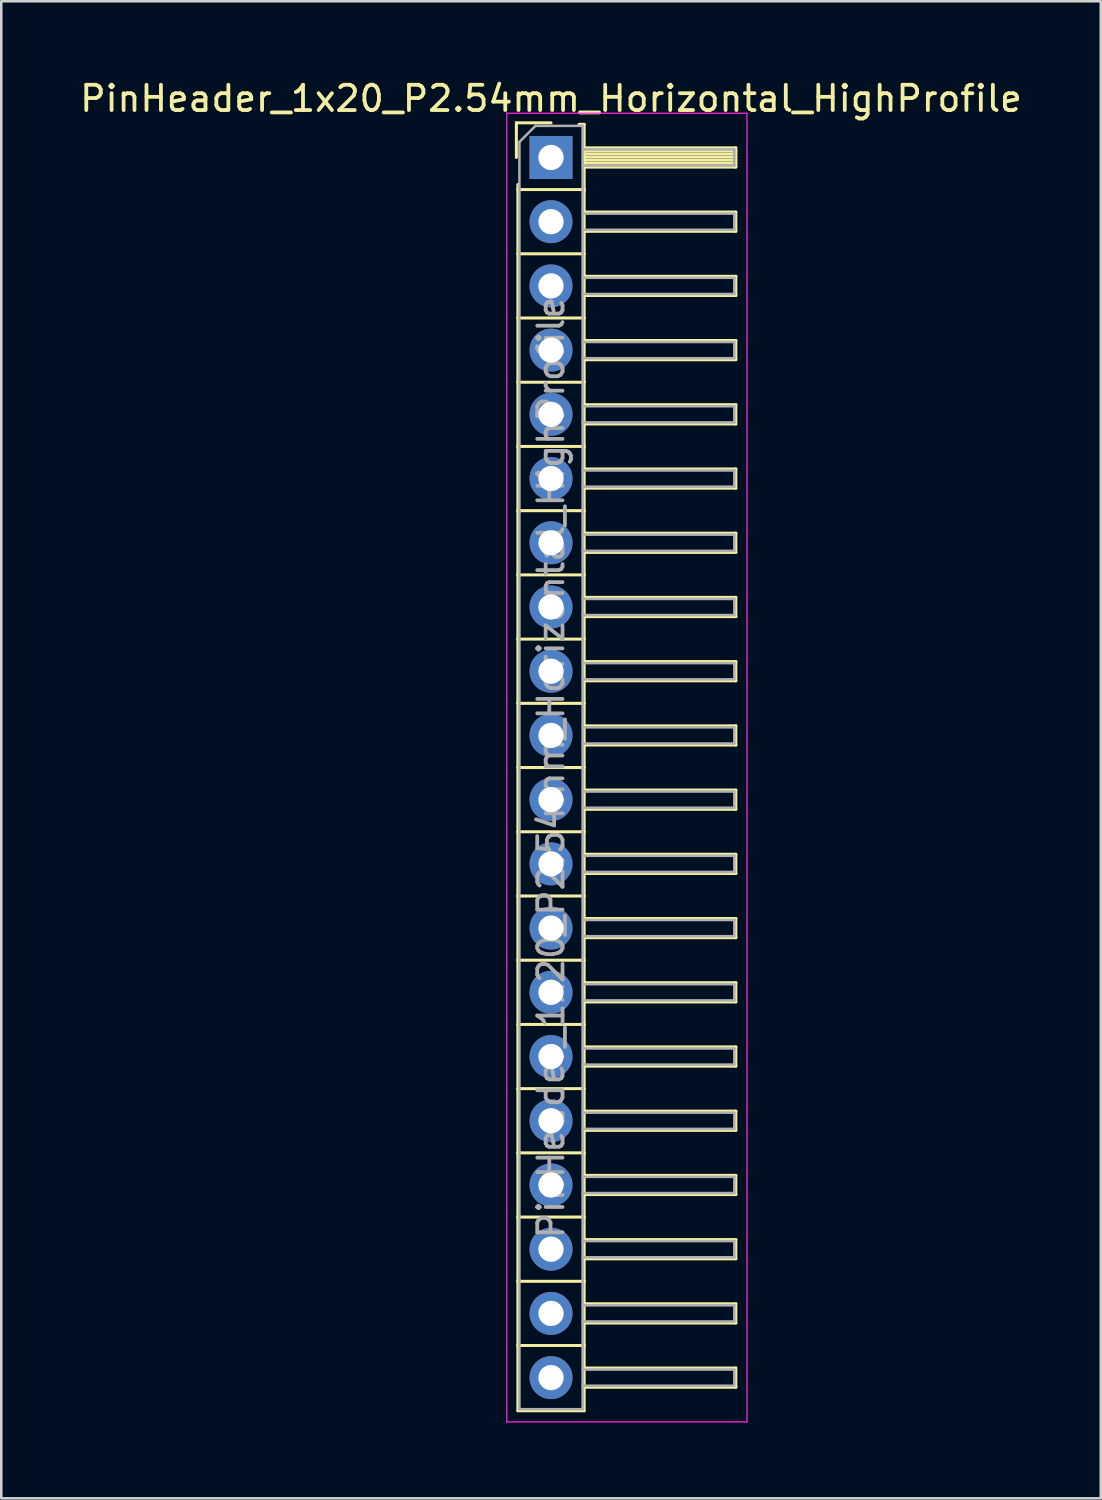
<source format=kicad_pcb>
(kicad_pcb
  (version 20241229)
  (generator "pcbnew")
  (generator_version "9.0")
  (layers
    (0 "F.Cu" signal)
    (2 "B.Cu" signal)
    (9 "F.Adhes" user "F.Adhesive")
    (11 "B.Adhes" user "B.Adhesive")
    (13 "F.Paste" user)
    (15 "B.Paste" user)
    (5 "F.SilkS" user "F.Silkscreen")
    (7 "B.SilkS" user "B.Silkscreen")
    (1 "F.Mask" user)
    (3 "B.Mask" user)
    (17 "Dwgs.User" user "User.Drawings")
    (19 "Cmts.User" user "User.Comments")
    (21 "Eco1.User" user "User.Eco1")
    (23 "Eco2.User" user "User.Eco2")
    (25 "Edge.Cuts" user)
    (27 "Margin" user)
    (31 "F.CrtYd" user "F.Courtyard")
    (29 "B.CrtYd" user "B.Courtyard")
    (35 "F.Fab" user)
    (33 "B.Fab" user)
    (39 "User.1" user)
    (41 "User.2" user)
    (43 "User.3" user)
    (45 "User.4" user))
  (footprint "PinHeader_1x20_P2.54mm_Horizontal_HighProfile"
    (layer "F.Cu")
    (at 18.744 3.178)
    (property "Reference" "PinHeader_1x20_P2.54mm_Horizontal_HighProfile" (at 0 -2.33 0) (layer "F.SilkS") (effects (font (size 1 1) (thickness 0.15))))
    (attr through_hole)
    (fp_line (start -1.37 -1.37) (end -1.37 0) (stroke (width 0.12) (type solid)) (layer "F.SilkS"))
    (fp_line (start -1.37 -1.37) (end 0 -1.37) (stroke (width 0.12) (type solid)) (layer "F.SilkS"))
    (fp_line (start -1.31 1.27) (end -1.31 1.07) (stroke (width 0.12) (type solid)) (layer "F.SilkS"))
    (fp_line (start -1.31 1.27) (end -1.31 3.81) (stroke (width 0.12) (type solid)) (layer "F.SilkS"))
    (fp_line (start -1.31 1.27) (end 1.31 1.27) (stroke (width 0.12) (type solid)) (layer "F.SilkS"))
    (fp_line (start -1.31 3.81) (end -1.31 6.35) (stroke (width 0.12) (type solid)) (layer "F.SilkS"))
    (fp_line (start -1.31 3.81) (end 1.31 3.81) (stroke (width 0.12) (type solid)) (layer "F.SilkS"))
    (fp_line (start -1.31 6.35) (end -1.31 8.89) (stroke (width 0.12) (type solid)) (layer "F.SilkS"))
    (fp_line (start -1.31 6.35) (end 1.31 6.35) (stroke (width 0.12) (type solid)) (layer "F.SilkS"))
    (fp_line (start -1.31 8.89) (end -1.31 11.43) (stroke (width 0.12) (type solid)) (layer "F.SilkS"))
    (fp_line (start -1.31 8.89) (end 1.31 8.89) (stroke (width 0.12) (type solid)) (layer "F.SilkS"))
    (fp_line (start -1.31 11.43) (end -1.31 13.97) (stroke (width 0.12) (type solid)) (layer "F.SilkS"))
    (fp_line (start -1.31 11.43) (end 1.31 11.43) (stroke (width 0.12) (type solid)) (layer "F.SilkS"))
    (fp_line (start -1.31 13.97) (end -1.31 16.51) (stroke (width 0.12) (type solid)) (layer "F.SilkS"))
    (fp_line (start -1.31 13.97) (end 1.31 13.97) (stroke (width 0.12) (type solid)) (layer "F.SilkS"))
    (fp_line (start -1.31 16.51) (end -1.31 19.05) (stroke (width 0.12) (type solid)) (layer "F.SilkS"))
    (fp_line (start -1.31 16.51) (end 1.31 16.51) (stroke (width 0.12) (type solid)) (layer "F.SilkS"))
    (fp_line (start -1.31 19.05) (end -1.31 21.59) (stroke (width 0.12) (type solid)) (layer "F.SilkS"))
    (fp_line (start -1.31 19.05) (end 1.31 19.05) (stroke (width 0.12) (type solid)) (layer "F.SilkS"))
    (fp_line (start -1.31 21.59) (end -1.31 24.13) (stroke (width 0.12) (type solid)) (layer "F.SilkS"))
    (fp_line (start -1.31 21.59) (end 1.31 21.59) (stroke (width 0.12) (type solid)) (layer "F.SilkS"))
    (fp_line (start -1.31 24.13) (end -1.31 26.67) (stroke (width 0.12) (type solid)) (layer "F.SilkS"))
    (fp_line (start -1.31 24.13) (end 1.31 24.13) (stroke (width 0.12) (type solid)) (layer "F.SilkS"))
    (fp_line (start -1.31 26.67) (end -1.31 29.21) (stroke (width 0.12) (type solid)) (layer "F.SilkS"))
    (fp_line (start -1.31 26.67) (end 1.31 26.67) (stroke (width 0.12) (type solid)) (layer "F.SilkS"))
    (fp_line (start -1.31 29.21) (end -1.31 31.75) (stroke (width 0.12) (type solid)) (layer "F.SilkS"))
    (fp_line (start -1.31 29.21) (end 1.31 29.21) (stroke (width 0.12) (type solid)) (layer "F.SilkS"))
    (fp_line (start -1.31 31.75) (end -1.31 34.29) (stroke (width 0.12) (type solid)) (layer "F.SilkS"))
    (fp_line (start -1.31 31.75) (end 1.31 31.75) (stroke (width 0.12) (type solid)) (layer "F.SilkS"))
    (fp_line (start -1.31 34.29) (end -1.31 36.83) (stroke (width 0.12) (type solid)) (layer "F.SilkS"))
    (fp_line (start -1.31 34.29) (end 1.31 34.29) (stroke (width 0.12) (type solid)) (layer "F.SilkS"))
    (fp_line (start -1.31 36.83) (end -1.31 39.37) (stroke (width 0.12) (type solid)) (layer "F.SilkS"))
    (fp_line (start -1.31 36.83) (end 1.31 36.83) (stroke (width 0.12) (type solid)) (layer "F.SilkS"))
    (fp_line (start -1.31 39.37) (end -1.31 41.91) (stroke (width 0.12) (type solid)) (layer "F.SilkS"))
    (fp_line (start -1.31 39.37) (end 1.31 39.37) (stroke (width 0.12) (type solid)) (layer "F.SilkS"))
    (fp_line (start -1.31 41.91) (end -1.31 44.45) (stroke (width 0.12) (type solid)) (layer "F.SilkS"))
    (fp_line (start -1.31 41.91) (end 1.31 41.91) (stroke (width 0.12) (type solid)) (layer "F.SilkS"))
    (fp_line (start -1.31 44.45) (end -1.31 46.99) (stroke (width 0.12) (type solid)) (layer "F.SilkS"))
    (fp_line (start -1.31 44.45) (end 1.31 44.45) (stroke (width 0.12) (type solid)) (layer "F.SilkS"))
    (fp_line (start -1.31 46.99) (end -1.31 49.57) (stroke (width 0.12) (type solid)) (layer "F.SilkS"))
    (fp_line (start -1.31 46.99) (end 1.31 46.99) (stroke (width 0.12) (type solid)) (layer "F.SilkS"))
    (fp_line (start -1.31 49.57) (end 1.31 49.57) (stroke (width 0.12) (type solid)) (layer "F.SilkS"))
    (fp_line (start 1.11 -1.31) (end 1.31 -1.31) (stroke (width 0.12) (type solid)) (layer "F.SilkS"))
    (fp_line (start 1.31 -1.31) (end 1.31 1.31) (stroke (width 0.12) (type solid)) (layer "F.SilkS"))
    (fp_line (start 1.31 -0.38) (end 7.31 -0.38) (stroke (width 0.12) (type solid)) (layer "F.SilkS"))
    (fp_line (start 1.31 -0.26) (end 7.31 -0.26) (stroke (width 0.12) (type solid)) (layer "F.SilkS"))
    (fp_line (start 1.31 -0.14) (end 7.31 -0.14) (stroke (width 0.12) (type solid)) (layer "F.SilkS"))
    (fp_line (start 1.31 -0.02) (end 7.31 -0.02) (stroke (width 0.12) (type solid)) (layer "F.SilkS"))
    (fp_line (start 1.31 0.1) (end 7.31 0.1) (stroke (width 0.12) (type solid)) (layer "F.SilkS"))
    (fp_line (start 1.31 0.22) (end 7.31 0.22) (stroke (width 0.12) (type solid)) (layer "F.SilkS"))
    (fp_line (start 1.31 0.34) (end 7.31 0.34) (stroke (width 0.12) (type solid)) (layer "F.SilkS"))
    (fp_line (start 1.31 0.38) (end 7.31 0.38) (stroke (width 0.12) (type solid)) (layer "F.SilkS"))
    (fp_line (start 1.31 1.27) (end 1.31 3.81) (stroke (width 0.12) (type solid)) (layer "F.SilkS"))
    (fp_line (start 1.31 2.16) (end 7.31 2.16) (stroke (width 0.12) (type solid)) (layer "F.SilkS"))
    (fp_line (start 1.31 2.92) (end 7.31 2.92) (stroke (width 0.12) (type solid)) (layer "F.SilkS"))
    (fp_line (start 1.31 3.81) (end 1.31 6.35) (stroke (width 0.12) (type solid)) (layer "F.SilkS"))
    (fp_line (start 1.31 4.7) (end 7.31 4.7) (stroke (width 0.12) (type solid)) (layer "F.SilkS"))
    (fp_line (start 1.31 5.46) (end 7.31 5.46) (stroke (width 0.12) (type solid)) (layer "F.SilkS"))
    (fp_line (start 1.31 6.35) (end 1.31 8.89) (stroke (width 0.12) (type solid)) (layer "F.SilkS"))
    (fp_line (start 1.31 7.24) (end 7.31 7.24) (stroke (width 0.12) (type solid)) (layer "F.SilkS"))
    (fp_line (start 1.31 8) (end 7.31 8) (stroke (width 0.12) (type solid)) (layer "F.SilkS"))
    (fp_line (start 1.31 8.89) (end 1.31 11.43) (stroke (width 0.12) (type solid)) (layer "F.SilkS"))
    (fp_line (start 1.31 9.78) (end 7.31 9.78) (stroke (width 0.12) (type solid)) (layer "F.SilkS"))
    (fp_line (start 1.31 10.54) (end 7.31 10.54) (stroke (width 0.12) (type solid)) (layer "F.SilkS"))
    (fp_line (start 1.31 11.43) (end 1.31 13.97) (stroke (width 0.12) (type solid)) (layer "F.SilkS"))
    (fp_line (start 1.31 12.32) (end 7.31 12.32) (stroke (width 0.12) (type solid)) (layer "F.SilkS"))
    (fp_line (start 1.31 13.08) (end 7.31 13.08) (stroke (width 0.12) (type solid)) (layer "F.SilkS"))
    (fp_line (start 1.31 13.97) (end 1.31 16.51) (stroke (width 0.12) (type solid)) (layer "F.SilkS"))
    (fp_line (start 1.31 14.86) (end 7.31 14.86) (stroke (width 0.12) (type solid)) (layer "F.SilkS"))
    (fp_line (start 1.31 15.62) (end 7.31 15.62) (stroke (width 0.12) (type solid)) (layer "F.SilkS"))
    (fp_line (start 1.31 16.51) (end 1.31 19.05) (stroke (width 0.12) (type solid)) (layer "F.SilkS"))
    (fp_line (start 1.31 17.4) (end 7.31 17.4) (stroke (width 0.12) (type solid)) (layer "F.SilkS"))
    (fp_line (start 1.31 18.16) (end 7.31 18.16) (stroke (width 0.12) (type solid)) (layer "F.SilkS"))
    (fp_line (start 1.31 19.05) (end 1.31 21.59) (stroke (width 0.12) (type solid)) (layer "F.SilkS"))
    (fp_line (start 1.31 19.94) (end 7.31 19.94) (stroke (width 0.12) (type solid)) (layer "F.SilkS"))
    (fp_line (start 1.31 20.7) (end 7.31 20.7) (stroke (width 0.12) (type solid)) (layer "F.SilkS"))
    (fp_line (start 1.31 21.59) (end 1.31 24.13) (stroke (width 0.12) (type solid)) (layer "F.SilkS"))
    (fp_line (start 1.31 22.48) (end 7.31 22.48) (stroke (width 0.12) (type solid)) (layer "F.SilkS"))
    (fp_line (start 1.31 23.24) (end 7.31 23.24) (stroke (width 0.12) (type solid)) (layer "F.SilkS"))
    (fp_line (start 1.31 24.13) (end 1.31 26.67) (stroke (width 0.12) (type solid)) (layer "F.SilkS"))
    (fp_line (start 1.31 25.02) (end 7.31 25.02) (stroke (width 0.12) (type solid)) (layer "F.SilkS"))
    (fp_line (start 1.31 25.78) (end 7.31 25.78) (stroke (width 0.12) (type solid)) (layer "F.SilkS"))
    (fp_line (start 1.31 26.67) (end 1.31 29.21) (stroke (width 0.12) (type solid)) (layer "F.SilkS"))
    (fp_line (start 1.31 27.56) (end 7.31 27.56) (stroke (width 0.12) (type solid)) (layer "F.SilkS"))
    (fp_line (start 1.31 28.32) (end 7.31 28.32) (stroke (width 0.12) (type solid)) (layer "F.SilkS"))
    (fp_line (start 1.31 29.21) (end 1.31 31.75) (stroke (width 0.12) (type solid)) (layer "F.SilkS"))
    (fp_line (start 1.31 30.1) (end 7.31 30.1) (stroke (width 0.12) (type solid)) (layer "F.SilkS"))
    (fp_line (start 1.31 30.86) (end 7.31 30.86) (stroke (width 0.12) (type solid)) (layer "F.SilkS"))
    (fp_line (start 1.31 31.75) (end 1.31 34.29) (stroke (width 0.12) (type solid)) (layer "F.SilkS"))
    (fp_line (start 1.31 32.64) (end 7.31 32.64) (stroke (width 0.12) (type solid)) (layer "F.SilkS"))
    (fp_line (start 1.31 33.4) (end 7.31 33.4) (stroke (width 0.12) (type solid)) (layer "F.SilkS"))
    (fp_line (start 1.31 34.29) (end 1.31 36.83) (stroke (width 0.12) (type solid)) (layer "F.SilkS"))
    (fp_line (start 1.31 35.18) (end 7.31 35.18) (stroke (width 0.12) (type solid)) (layer "F.SilkS"))
    (fp_line (start 1.31 35.94) (end 7.31 35.94) (stroke (width 0.12) (type solid)) (layer "F.SilkS"))
    (fp_line (start 1.31 36.83) (end 1.31 39.37) (stroke (width 0.12) (type solid)) (layer "F.SilkS"))
    (fp_line (start 1.31 37.72) (end 7.31 37.72) (stroke (width 0.12) (type solid)) (layer "F.SilkS"))
    (fp_line (start 1.31 38.48) (end 7.31 38.48) (stroke (width 0.12) (type solid)) (layer "F.SilkS"))
    (fp_line (start 1.31 39.37) (end 1.31 41.91) (stroke (width 0.12) (type solid)) (layer "F.SilkS"))
    (fp_line (start 1.31 40.26) (end 7.31 40.26) (stroke (width 0.12) (type solid)) (layer "F.SilkS"))
    (fp_line (start 1.31 41.02) (end 7.31 41.02) (stroke (width 0.12) (type solid)) (layer "F.SilkS"))
    (fp_line (start 1.31 41.91) (end 1.31 44.45) (stroke (width 0.12) (type solid)) (layer "F.SilkS"))
    (fp_line (start 1.31 42.8) (end 7.31 42.8) (stroke (width 0.12) (type solid)) (layer "F.SilkS"))
    (fp_line (start 1.31 43.56) (end 7.31 43.56) (stroke (width 0.12) (type solid)) (layer "F.SilkS"))
    (fp_line (start 1.31 44.45) (end 1.31 46.99) (stroke (width 0.12) (type solid)) (layer "F.SilkS"))
    (fp_line (start 1.31 45.34) (end 7.31 45.34) (stroke (width 0.12) (type solid)) (layer "F.SilkS"))
    (fp_line (start 1.31 46.1) (end 7.31 46.1) (stroke (width 0.12) (type solid)) (layer "F.SilkS"))
    (fp_line (start 1.31 46.99) (end 1.31 49.57) (stroke (width 0.12) (type solid)) (layer "F.SilkS"))
    (fp_line (start 1.31 47.88) (end 7.31 47.88) (stroke (width 0.12) (type solid)) (layer "F.SilkS"))
    (fp_line (start 1.31 48.64) (end 7.31 48.64) (stroke (width 0.12) (type solid)) (layer "F.SilkS"))
    (fp_line (start 7.31 -0.38) (end 7.31 0.38) (stroke (width 0.12) (type solid)) (layer "F.SilkS"))
    (fp_line (start 7.31 2.16) (end 7.31 2.92) (stroke (width 0.12) (type solid)) (layer "F.SilkS"))
    (fp_line (start 7.31 4.7) (end 7.31 5.46) (stroke (width 0.12) (type solid)) (layer "F.SilkS"))
    (fp_line (start 7.31 7.24) (end 7.31 8) (stroke (width 0.12) (type solid)) (layer "F.SilkS"))
    (fp_line (start 7.31 9.78) (end 7.31 10.54) (stroke (width 0.12) (type solid)) (layer "F.SilkS"))
    (fp_line (start 7.31 12.32) (end 7.31 13.08) (stroke (width 0.12) (type solid)) (layer "F.SilkS"))
    (fp_line (start 7.31 14.86) (end 7.31 15.62) (stroke (width 0.12) (type solid)) (layer "F.SilkS"))
    (fp_line (start 7.31 17.4) (end 7.31 18.16) (stroke (width 0.12) (type solid)) (layer "F.SilkS"))
    (fp_line (start 7.31 19.94) (end 7.31 20.7) (stroke (width 0.12) (type solid)) (layer "F.SilkS"))
    (fp_line (start 7.31 22.48) (end 7.31 23.24) (stroke (width 0.12) (type solid)) (layer "F.SilkS"))
    (fp_line (start 7.31 25.02) (end 7.31 25.78) (stroke (width 0.12) (type solid)) (layer "F.SilkS"))
    (fp_line (start 7.31 27.56) (end 7.31 28.32) (stroke (width 0.12) (type solid)) (layer "F.SilkS"))
    (fp_line (start 7.31 30.1) (end 7.31 30.86) (stroke (width 0.12) (type solid)) (layer "F.SilkS"))
    (fp_line (start 7.31 32.64) (end 7.31 33.4) (stroke (width 0.12) (type solid)) (layer "F.SilkS"))
    (fp_line (start 7.31 35.18) (end 7.31 35.94) (stroke (width 0.12) (type solid)) (layer "F.SilkS"))
    (fp_line (start 7.31 37.72) (end 7.31 38.48) (stroke (width 0.12) (type solid)) (layer "F.SilkS"))
    (fp_line (start 7.31 40.26) (end 7.31 41.02) (stroke (width 0.12) (type solid)) (layer "F.SilkS"))
    (fp_line (start 7.31 42.8) (end 7.31 43.56) (stroke (width 0.12) (type solid)) (layer "F.SilkS"))
    (fp_line (start 7.31 45.34) (end 7.31 46.1) (stroke (width 0.12) (type solid)) (layer "F.SilkS"))
    (fp_line (start 7.31 47.88) (end 7.31 48.64) (stroke (width 0.12) (type solid)) (layer "F.SilkS"))
    (fp_line (start -1.75 -1.75) (end -1.75 50.01) (stroke (width 0.05) (type solid)) (layer "F.CrtYd"))
    (fp_line (start -1.75 -1.75) (end 7.75 -1.75) (stroke (width 0.05) (type solid)) (layer "F.CrtYd"))
    (fp_line (start -1.75 50.01) (end 7.75 50.01) (stroke (width 0.05) (type solid)) (layer "F.CrtYd"))
    (fp_line (start 7.75 -1.75) (end 7.75 50.01) (stroke (width 0.05) (type solid)) (layer "F.CrtYd"))
    (fp_line (start -1.25 -0.615) (end -1.25 49.51) (stroke (width 0.1) (type solid)) (layer "F.Fab"))
    (fp_line (start -1.25 -0.615) (end -0.615 -1.25) (stroke (width 0.1) (type solid)) (layer "F.Fab"))
    (fp_line (start -1.25 49.51) (end 1.25 49.51) (stroke (width 0.1) (type solid)) (layer "F.Fab"))
    (fp_line (start -0.615 -1.25) (end 1.25 -1.25) (stroke (width 0.1) (type solid)) (layer "F.Fab"))
    (fp_line (start 1.25 -1.25) (end 1.25 49.51) (stroke (width 0.1) (type solid)) (layer "F.Fab"))
    (fp_line (start 1.25 -0.32) (end 7.25 -0.32) (stroke (width 0.1) (type solid)) (layer "F.Fab"))
    (fp_line (start 1.25 0.32) (end 7.25 0.32) (stroke (width 0.1) (type solid)) (layer "F.Fab"))
    (fp_line (start 1.25 2.22) (end 7.25 2.22) (stroke (width 0.1) (type solid)) (layer "F.Fab"))
    (fp_line (start 1.25 2.86) (end 7.25 2.86) (stroke (width 0.1) (type solid)) (layer "F.Fab"))
    (fp_line (start 1.25 4.76) (end 7.25 4.76) (stroke (width 0.1) (type solid)) (layer "F.Fab"))
    (fp_line (start 1.25 5.4) (end 7.25 5.4) (stroke (width 0.1) (type solid)) (layer "F.Fab"))
    (fp_line (start 1.25 7.3) (end 7.25 7.3) (stroke (width 0.1) (type solid)) (layer "F.Fab"))
    (fp_line (start 1.25 7.94) (end 7.25 7.94) (stroke (width 0.1) (type solid)) (layer "F.Fab"))
    (fp_line (start 1.25 9.84) (end 7.25 9.84) (stroke (width 0.1) (type solid)) (layer "F.Fab"))
    (fp_line (start 1.25 10.48) (end 7.25 10.48) (stroke (width 0.1) (type solid)) (layer "F.Fab"))
    (fp_line (start 1.25 12.38) (end 7.25 12.38) (stroke (width 0.1) (type solid)) (layer "F.Fab"))
    (fp_line (start 1.25 13.02) (end 7.25 13.02) (stroke (width 0.1) (type solid)) (layer "F.Fab"))
    (fp_line (start 1.25 14.92) (end 7.25 14.92) (stroke (width 0.1) (type solid)) (layer "F.Fab"))
    (fp_line (start 1.25 15.56) (end 7.25 15.56) (stroke (width 0.1) (type solid)) (layer "F.Fab"))
    (fp_line (start 1.25 17.46) (end 7.25 17.46) (stroke (width 0.1) (type solid)) (layer "F.Fab"))
    (fp_line (start 1.25 18.1) (end 7.25 18.1) (stroke (width 0.1) (type solid)) (layer "F.Fab"))
    (fp_line (start 1.25 20) (end 7.25 20) (stroke (width 0.1) (type solid)) (layer "F.Fab"))
    (fp_line (start 1.25 20.64) (end 7.25 20.64) (stroke (width 0.1) (type solid)) (layer "F.Fab"))
    (fp_line (start 1.25 22.54) (end 7.25 22.54) (stroke (width 0.1) (type solid)) (layer "F.Fab"))
    (fp_line (start 1.25 23.18) (end 7.25 23.18) (stroke (width 0.1) (type solid)) (layer "F.Fab"))
    (fp_line (start 1.25 25.08) (end 7.25 25.08) (stroke (width 0.1) (type solid)) (layer "F.Fab"))
    (fp_line (start 1.25 25.72) (end 7.25 25.72) (stroke (width 0.1) (type solid)) (layer "F.Fab"))
    (fp_line (start 1.25 27.62) (end 7.25 27.62) (stroke (width 0.1) (type solid)) (layer "F.Fab"))
    (fp_line (start 1.25 28.26) (end 7.25 28.26) (stroke (width 0.1) (type solid)) (layer "F.Fab"))
    (fp_line (start 1.25 30.16) (end 7.25 30.16) (stroke (width 0.1) (type solid)) (layer "F.Fab"))
    (fp_line (start 1.25 30.8) (end 7.25 30.8) (stroke (width 0.1) (type solid)) (layer "F.Fab"))
    (fp_line (start 1.25 32.7) (end 7.25 32.7) (stroke (width 0.1) (type solid)) (layer "F.Fab"))
    (fp_line (start 1.25 33.34) (end 7.25 33.34) (stroke (width 0.1) (type solid)) (layer "F.Fab"))
    (fp_line (start 1.25 35.24) (end 7.25 35.24) (stroke (width 0.1) (type solid)) (layer "F.Fab"))
    (fp_line (start 1.25 35.88) (end 7.25 35.88) (stroke (width 0.1) (type solid)) (layer "F.Fab"))
    (fp_line (start 1.25 37.78) (end 7.25 37.78) (stroke (width 0.1) (type solid)) (layer "F.Fab"))
    (fp_line (start 1.25 38.42) (end 7.25 38.42) (stroke (width 0.1) (type solid)) (layer "F.Fab"))
    (fp_line (start 1.25 40.32) (end 7.25 40.32) (stroke (width 0.1) (type solid)) (layer "F.Fab"))
    (fp_line (start 1.25 40.96) (end 7.25 40.96) (stroke (width 0.1) (type solid)) (layer "F.Fab"))
    (fp_line (start 1.25 42.86) (end 7.25 42.86) (stroke (width 0.1) (type solid)) (layer "F.Fab"))
    (fp_line (start 1.25 43.5) (end 7.25 43.5) (stroke (width 0.1) (type solid)) (layer "F.Fab"))
    (fp_line (start 1.25 45.4) (end 7.25 45.4) (stroke (width 0.1) (type solid)) (layer "F.Fab"))
    (fp_line (start 1.25 46.04) (end 7.25 46.04) (stroke (width 0.1) (type solid)) (layer "F.Fab"))
    (fp_line (start 1.25 47.94) (end 7.25 47.94) (stroke (width 0.1) (type solid)) (layer "F.Fab"))
    (fp_line (start 1.25 48.58) (end 7.25 48.58) (stroke (width 0.1) (type solid)) (layer "F.Fab"))
    (fp_line (start 7.25 -0.32) (end 7.25 0.32) (stroke (width 0.1) (type solid)) (layer "F.Fab"))
    (fp_line (start 7.25 2.22) (end 7.25 2.86) (stroke (width 0.1) (type solid)) (layer "F.Fab"))
    (fp_line (start 7.25 4.76) (end 7.25 5.4) (stroke (width 0.1) (type solid)) (layer "F.Fab"))
    (fp_line (start 7.25 7.3) (end 7.25 7.94) (stroke (width 0.1) (type solid)) (layer "F.Fab"))
    (fp_line (start 7.25 9.84) (end 7.25 10.48) (stroke (width 0.1) (type solid)) (layer "F.Fab"))
    (fp_line (start 7.25 12.38) (end 7.25 13.02) (stroke (width 0.1) (type solid)) (layer "F.Fab"))
    (fp_line (start 7.25 14.92) (end 7.25 15.56) (stroke (width 0.1) (type solid)) (layer "F.Fab"))
    (fp_line (start 7.25 17.46) (end 7.25 18.1) (stroke (width 0.1) (type solid)) (layer "F.Fab"))
    (fp_line (start 7.25 20) (end 7.25 20.64) (stroke (width 0.1) (type solid)) (layer "F.Fab"))
    (fp_line (start 7.25 22.54) (end 7.25 23.18) (stroke (width 0.1) (type solid)) (layer "F.Fab"))
    (fp_line (start 7.25 25.08) (end 7.25 25.72) (stroke (width 0.1) (type solid)) (layer "F.Fab"))
    (fp_line (start 7.25 27.62) (end 7.25 28.26) (stroke (width 0.1) (type solid)) (layer "F.Fab"))
    (fp_line (start 7.25 30.16) (end 7.25 30.8) (stroke (width 0.1) (type solid)) (layer "F.Fab"))
    (fp_line (start 7.25 32.7) (end 7.25 33.34) (stroke (width 0.1) (type solid)) (layer "F.Fab"))
    (fp_line (start 7.25 35.24) (end 7.25 35.88) (stroke (width 0.1) (type solid)) (layer "F.Fab"))
    (fp_line (start 7.25 37.78) (end 7.25 38.42) (stroke (width 0.1) (type solid)) (layer "F.Fab"))
    (fp_line (start 7.25 40.32) (end 7.25 40.96) (stroke (width 0.1) (type solid)) (layer "F.Fab"))
    (fp_line (start 7.25 42.86) (end 7.25 43.5) (stroke (width 0.1) (type solid)) (layer "F.Fab"))
    (fp_line (start 7.25 45.4) (end 7.25 46.04) (stroke (width 0.1) (type solid)) (layer "F.Fab"))
    (fp_line (start 7.25 47.94) (end 7.25 48.58) (stroke (width 0.1) (type solid)) (layer "F.Fab"))
    (fp_text user "${REFERENCE}" (at 0 24.13 90) (layer "F.Fab") (effects (font (size 1 1) (thickness 0.15))))
    (pad "1" thru_hole rect (at 0 0) (size 1.7 1.7) (drill 1) (layers "*.Cu" "*.Mask"))
    (pad "2" thru_hole oval (at 0 2.54) (size 1.7 1.7) (drill 1) (layers "*.Cu" "*.Mask"))
    (pad "3" thru_hole oval (at 0 5.08) (size 1.7 1.7) (drill 1) (layers "*.Cu" "*.Mask"))
    (pad "4" thru_hole oval (at 0 7.62) (size 1.7 1.7) (drill 1) (layers "*.Cu" "*.Mask"))
    (pad "5" thru_hole oval (at 0 10.16) (size 1.7 1.7) (drill 1) (layers "*.Cu" "*.Mask"))
    (pad "6" thru_hole oval (at 0 12.7) (size 1.7 1.7) (drill 1) (layers "*.Cu" "*.Mask"))
    (pad "7" thru_hole oval (at 0 15.24) (size 1.7 1.7) (drill 1) (layers "*.Cu" "*.Mask"))
    (pad "8" thru_hole oval (at 0 17.78) (size 1.7 1.7) (drill 1) (layers "*.Cu" "*.Mask"))
    (pad "9" thru_hole oval (at 0 20.32) (size 1.7 1.7) (drill 1) (layers "*.Cu" "*.Mask"))
    (pad "10" thru_hole oval (at 0 22.86) (size 1.7 1.7) (drill 1) (layers "*.Cu" "*.Mask"))
    (pad "11" thru_hole oval (at 0 25.4) (size 1.7 1.7) (drill 1) (layers "*.Cu" "*.Mask"))
    (pad "12" thru_hole oval (at 0 27.94) (size 1.7 1.7) (drill 1) (layers "*.Cu" "*.Mask"))
    (pad "13" thru_hole oval (at 0 30.48) (size 1.7 1.7) (drill 1) (layers "*.Cu" "*.Mask"))
    (pad "14" thru_hole oval (at 0 33.02) (size 1.7 1.7) (drill 1) (layers "*.Cu" "*.Mask"))
    (pad "15" thru_hole oval (at 0 35.56) (size 1.7 1.7) (drill 1) (layers "*.Cu" "*.Mask"))
    (pad "16" thru_hole oval (at 0 38.1) (size 1.7 1.7) (drill 1) (layers "*.Cu" "*.Mask"))
    (pad "17" thru_hole oval (at 0 40.64) (size 1.7 1.7) (drill 1) (layers "*.Cu" "*.Mask"))
    (pad "18" thru_hole oval (at 0 43.18) (size 1.7 1.7) (drill 1) (layers "*.Cu" "*.Mask"))
    (pad "19" thru_hole oval (at 0 45.72) (size 1.7 1.7) (drill 1) (layers "*.Cu" "*.Mask"))
    (pad "20" thru_hole oval (at 0 48.26) (size 1.7 1.7) (drill 1) (layers "*.Cu" "*.Mask")))
  (gr_rect
    (start -3 -3)
    (end 40.488 56.213)
    (stroke (width 0.1) (type default))
    (fill no)
    (layer "Edge.Cuts")))
</source>
